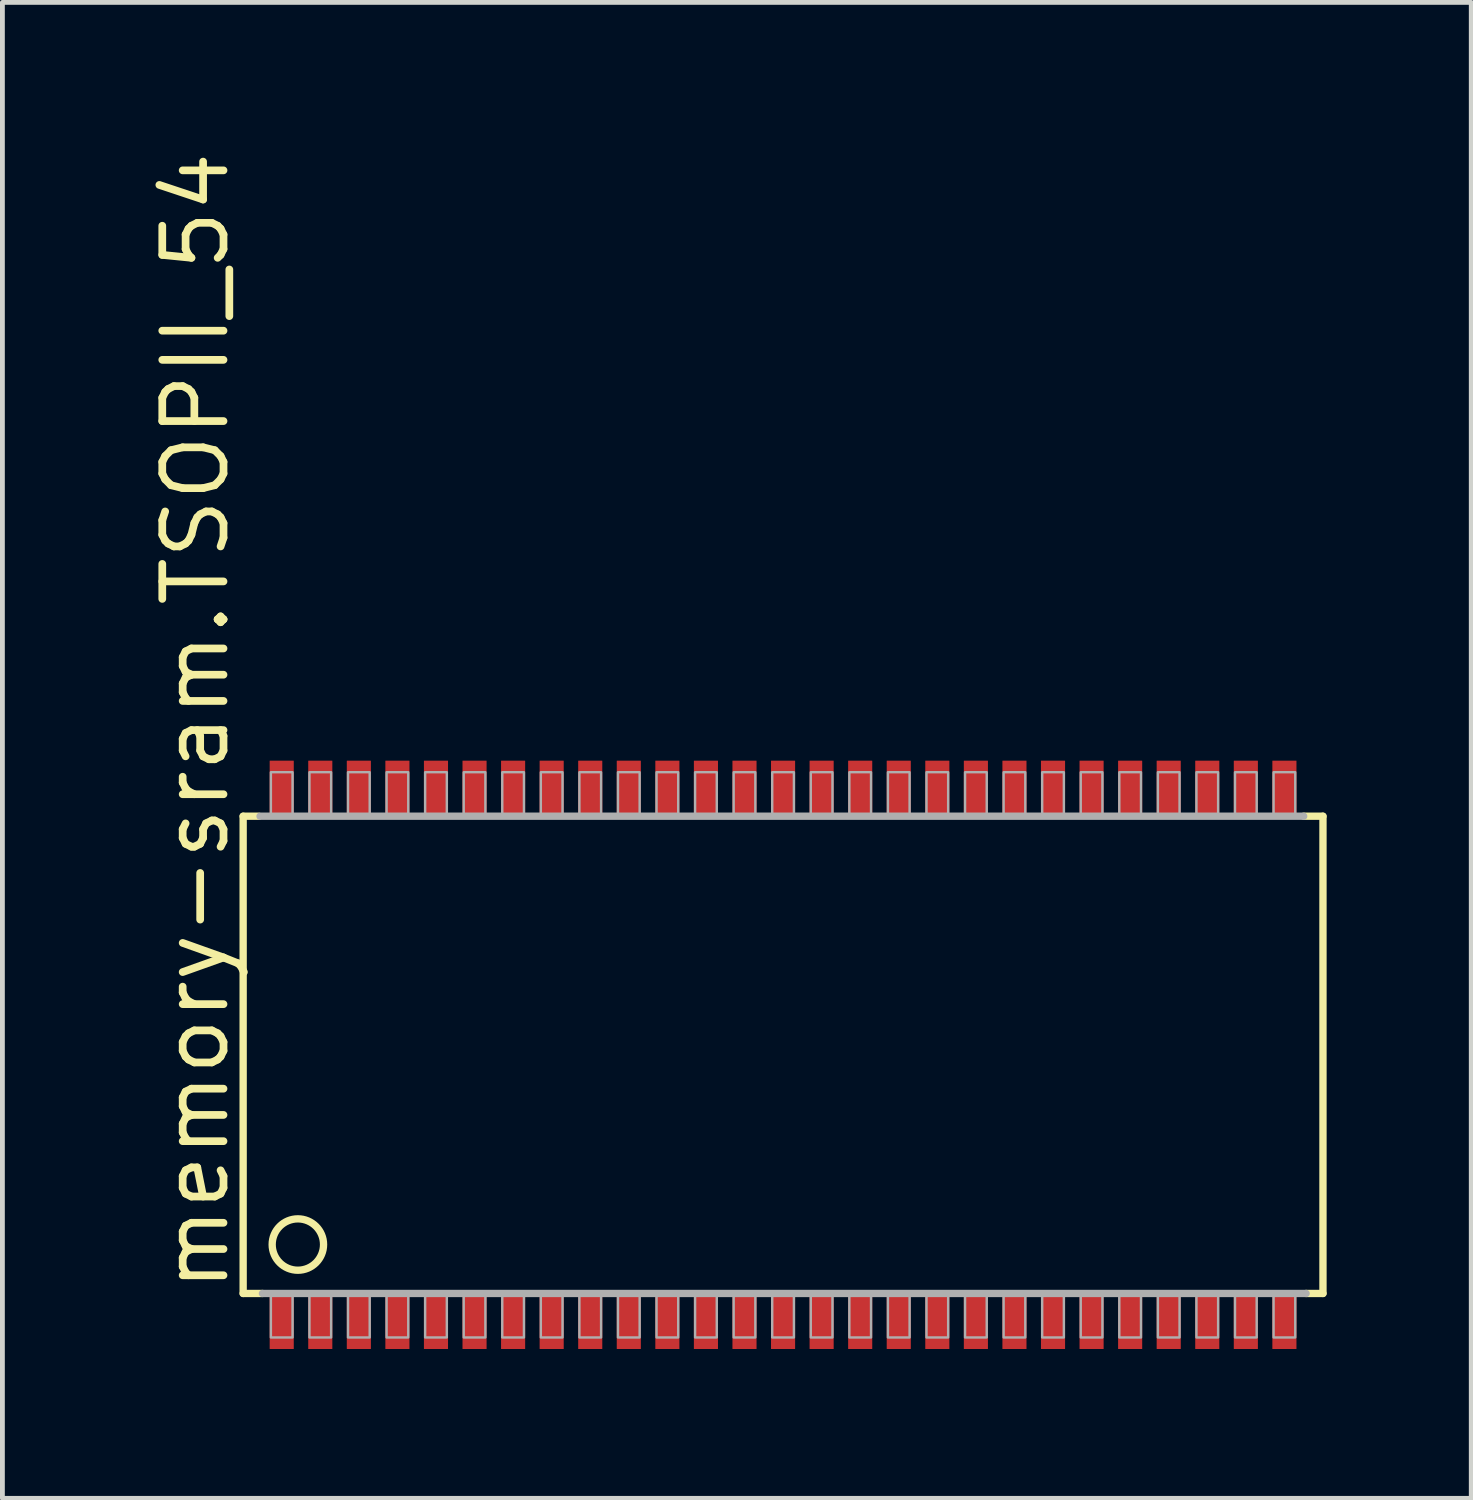
<source format=kicad_pcb>
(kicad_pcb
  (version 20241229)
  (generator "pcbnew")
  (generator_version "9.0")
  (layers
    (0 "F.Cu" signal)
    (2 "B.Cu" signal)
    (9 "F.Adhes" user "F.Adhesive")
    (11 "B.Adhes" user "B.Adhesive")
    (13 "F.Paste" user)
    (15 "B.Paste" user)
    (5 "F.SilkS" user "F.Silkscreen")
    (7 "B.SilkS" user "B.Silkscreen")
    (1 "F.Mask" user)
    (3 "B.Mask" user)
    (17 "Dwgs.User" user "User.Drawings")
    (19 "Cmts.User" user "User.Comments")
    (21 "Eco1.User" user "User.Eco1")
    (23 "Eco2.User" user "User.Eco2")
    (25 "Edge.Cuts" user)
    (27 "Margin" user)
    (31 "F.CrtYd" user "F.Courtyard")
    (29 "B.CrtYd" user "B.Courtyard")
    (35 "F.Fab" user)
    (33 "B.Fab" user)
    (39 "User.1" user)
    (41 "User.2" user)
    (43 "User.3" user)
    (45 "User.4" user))
  (footprint "memory-sram.TSOPII_54"
    (layer "F.Cu")
    (at 13.194 18.832)
    (property "Reference" "memory-sram.TSOPII_54" (at -11.444 4.98 90) (layer "F.SilkS") (effects (font (size 1.27 1.27) (thickness 0.16)) (justify left bottom)))
    (attr smd)
    (fp_rect (start -10.725 -4.85) (end -10.075 -6.175) (stroke (width 0.05) (type default)) (fill yes) (layer "F.Mask"))
    (fp_rect (start -10.725 6.175) (end -10.075 4.85) (stroke (width 0.05) (type default)) (fill yes) (layer "F.Mask"))
    (fp_rect (start -9.925 -4.85) (end -9.275 -6.175) (stroke (width 0.05) (type default)) (fill yes) (layer "F.Mask"))
    (fp_rect (start -9.925 6.175) (end -9.275 4.85) (stroke (width 0.05) (type default)) (fill yes) (layer "F.Mask"))
    (fp_rect (start -9.125 -4.85) (end -8.475 -6.175) (stroke (width 0.05) (type default)) (fill yes) (layer "F.Mask"))
    (fp_rect (start -9.125 6.175) (end -8.475 4.85) (stroke (width 0.05) (type default)) (fill yes) (layer "F.Mask"))
    (fp_rect (start -8.325 -4.85) (end -7.675 -6.175) (stroke (width 0.05) (type default)) (fill yes) (layer "F.Mask"))
    (fp_rect (start -8.325 6.175) (end -7.675 4.85) (stroke (width 0.05) (type default)) (fill yes) (layer "F.Mask"))
    (fp_rect (start -7.525 -4.85) (end -6.875 -6.175) (stroke (width 0.05) (type default)) (fill yes) (layer "F.Mask"))
    (fp_rect (start -7.525 6.175) (end -6.875 4.85) (stroke (width 0.05) (type default)) (fill yes) (layer "F.Mask"))
    (fp_rect (start -6.725 -4.85) (end -6.075 -6.175) (stroke (width 0.05) (type default)) (fill yes) (layer "F.Mask"))
    (fp_rect (start -6.725 6.175) (end -6.075 4.85) (stroke (width 0.05) (type default)) (fill yes) (layer "F.Mask"))
    (fp_rect (start -5.925 -4.85) (end -5.275 -6.175) (stroke (width 0.05) (type default)) (fill yes) (layer "F.Mask"))
    (fp_rect (start -5.925 6.175) (end -5.275 4.85) (stroke (width 0.05) (type default)) (fill yes) (layer "F.Mask"))
    (fp_rect (start -5.125 -4.85) (end -4.475 -6.175) (stroke (width 0.05) (type default)) (fill yes) (layer "F.Mask"))
    (fp_rect (start -5.125 6.175) (end -4.475 4.85) (stroke (width 0.05) (type default)) (fill yes) (layer "F.Mask"))
    (fp_rect (start -4.325 -4.85) (end -3.675 -6.175) (stroke (width 0.05) (type default)) (fill yes) (layer "F.Mask"))
    (fp_rect (start -4.325 6.175) (end -3.675 4.85) (stroke (width 0.05) (type default)) (fill yes) (layer "F.Mask"))
    (fp_rect (start -3.525 -4.85) (end -2.875 -6.175) (stroke (width 0.05) (type default)) (fill yes) (layer "F.Mask"))
    (fp_rect (start -3.525 6.175) (end -2.875 4.85) (stroke (width 0.05) (type default)) (fill yes) (layer "F.Mask"))
    (fp_rect (start -2.725 -4.85) (end -2.075 -6.175) (stroke (width 0.05) (type default)) (fill yes) (layer "F.Mask"))
    (fp_rect (start -2.725 6.175) (end -2.075 4.85) (stroke (width 0.05) (type default)) (fill yes) (layer "F.Mask"))
    (fp_rect (start -1.925 -4.85) (end -1.275 -6.175) (stroke (width 0.05) (type default)) (fill yes) (layer "F.Mask"))
    (fp_rect (start -1.925 6.175) (end -1.275 4.85) (stroke (width 0.05) (type default)) (fill yes) (layer "F.Mask"))
    (fp_rect (start -1.125 -4.85) (end -0.475 -6.175) (stroke (width 0.05) (type default)) (fill yes) (layer "F.Mask"))
    (fp_rect (start -1.125 6.175) (end -0.475 4.85) (stroke (width 0.05) (type default)) (fill yes) (layer "F.Mask"))
    (fp_rect (start -0.325 -4.85) (end 0.325 -6.175) (stroke (width 0.05) (type default)) (fill yes) (layer "F.Mask"))
    (fp_rect (start -0.325 6.175) (end 0.325 4.85) (stroke (width 0.05) (type default)) (fill yes) (layer "F.Mask"))
    (fp_rect (start 0.475 -4.85) (end 1.125 -6.175) (stroke (width 0.05) (type default)) (fill yes) (layer "F.Mask"))
    (fp_rect (start 0.475 6.175) (end 1.125 4.85) (stroke (width 0.05) (type default)) (fill yes) (layer "F.Mask"))
    (fp_rect (start 1.275 -4.85) (end 1.925 -6.175) (stroke (width 0.05) (type default)) (fill yes) (layer "F.Mask"))
    (fp_rect (start 1.275 6.175) (end 1.925 4.85) (stroke (width 0.05) (type default)) (fill yes) (layer "F.Mask"))
    (fp_rect (start 2.075 -4.85) (end 2.725 -6.175) (stroke (width 0.05) (type default)) (fill yes) (layer "F.Mask"))
    (fp_rect (start 2.075 6.175) (end 2.725 4.85) (stroke (width 0.05) (type default)) (fill yes) (layer "F.Mask"))
    (fp_rect (start 2.875 -4.85) (end 3.525 -6.175) (stroke (width 0.05) (type default)) (fill yes) (layer "F.Mask"))
    (fp_rect (start 2.875 6.175) (end 3.525 4.85) (stroke (width 0.05) (type default)) (fill yes) (layer "F.Mask"))
    (fp_rect (start 3.675 -4.85) (end 4.325 -6.175) (stroke (width 0.05) (type default)) (fill yes) (layer "F.Mask"))
    (fp_rect (start 3.675 6.175) (end 4.325 4.85) (stroke (width 0.05) (type default)) (fill yes) (layer "F.Mask"))
    (fp_rect (start 4.475 -4.85) (end 5.125 -6.175) (stroke (width 0.05) (type default)) (fill yes) (layer "F.Mask"))
    (fp_rect (start 4.475 6.175) (end 5.125 4.85) (stroke (width 0.05) (type default)) (fill yes) (layer "F.Mask"))
    (fp_rect (start 5.275 -4.85) (end 5.925 -6.175) (stroke (width 0.05) (type default)) (fill yes) (layer "F.Mask"))
    (fp_rect (start 5.275 6.175) (end 5.925 4.85) (stroke (width 0.05) (type default)) (fill yes) (layer "F.Mask"))
    (fp_rect (start 6.075 -4.85) (end 6.725 -6.175) (stroke (width 0.05) (type default)) (fill yes) (layer "F.Mask"))
    (fp_rect (start 6.075 6.175) (end 6.725 4.85) (stroke (width 0.05) (type default)) (fill yes) (layer "F.Mask"))
    (fp_rect (start 6.875 -4.85) (end 7.525 -6.175) (stroke (width 0.05) (type default)) (fill yes) (layer "F.Mask"))
    (fp_rect (start 6.875 6.175) (end 7.525 4.85) (stroke (width 0.05) (type default)) (fill yes) (layer "F.Mask"))
    (fp_rect (start 7.675 -4.85) (end 8.325 -6.175) (stroke (width 0.05) (type default)) (fill yes) (layer "F.Mask"))
    (fp_rect (start 7.675 6.175) (end 8.325 4.85) (stroke (width 0.05) (type default)) (fill yes) (layer "F.Mask"))
    (fp_rect (start 8.475 -4.85) (end 9.125 -6.175) (stroke (width 0.05) (type default)) (fill yes) (layer "F.Mask"))
    (fp_rect (start 8.475 6.175) (end 9.125 4.85) (stroke (width 0.05) (type default)) (fill yes) (layer "F.Mask"))
    (fp_rect (start 9.275 -4.85) (end 9.925 -6.175) (stroke (width 0.05) (type default)) (fill yes) (layer "F.Mask"))
    (fp_rect (start 9.275 6.175) (end 9.925 4.85) (stroke (width 0.05) (type default)) (fill yes) (layer "F.Mask"))
    (fp_rect (start 10.075 -4.85) (end 10.725 -6.175) (stroke (width 0.05) (type default)) (fill yes) (layer "F.Mask"))
    (fp_rect (start 10.075 6.175) (end 10.725 4.85) (stroke (width 0.05) (type default)) (fill yes) (layer "F.Mask"))
    (fp_line (start -11.2 -4.95) (end -11.2 4.95) (stroke (width 0.152) (type default)) (layer "F.SilkS"))
    (fp_line (start -11.2 -4.95) (end -10.875 -4.95) (stroke (width 0.152) (type default)) (layer "F.SilkS"))
    (fp_line (start -11.2 4.95) (end -10.8 4.95) (stroke (width 0.152) (type default)) (layer "F.SilkS"))
    (fp_line (start 11.2 -4.95) (end 10.8 -4.95) (stroke (width 0.152) (type default)) (layer "F.SilkS"))
    (fp_line (start 11.2 4.95) (end 10.85 4.95) (stroke (width 0.152) (type default)) (layer "F.SilkS"))
    (fp_line (start 11.2 4.95) (end 11.2 -4.95) (stroke (width 0.152) (type default)) (layer "F.SilkS"))
    (fp_circle (center -10.065 3.935) (end -9.532 3.935) (stroke (width 0.152) (type default)) (fill no) (layer "F.SilkS"))
    (fp_rect (start -10.625 -4.925) (end -10.175 -6.05) (stroke (width 0.05) (type default)) (fill yes) (layer "F.Paste"))
    (fp_rect (start -10.625 6.05) (end -10.175 4.925) (stroke (width 0.05) (type default)) (fill yes) (layer "F.Paste"))
    (fp_rect (start -9.825 -4.925) (end -9.375 -6.05) (stroke (width 0.05) (type default)) (fill yes) (layer "F.Paste"))
    (fp_rect (start -9.825 6.05) (end -9.375 4.925) (stroke (width 0.05) (type default)) (fill yes) (layer "F.Paste"))
    (fp_rect (start -9.025 -4.925) (end -8.575 -6.05) (stroke (width 0.05) (type default)) (fill yes) (layer "F.Paste"))
    (fp_rect (start -9.025 6.05) (end -8.575 4.925) (stroke (width 0.05) (type default)) (fill yes) (layer "F.Paste"))
    (fp_rect (start -8.225 -4.925) (end -7.775 -6.05) (stroke (width 0.05) (type default)) (fill yes) (layer "F.Paste"))
    (fp_rect (start -8.225 6.05) (end -7.775 4.925) (stroke (width 0.05) (type default)) (fill yes) (layer "F.Paste"))
    (fp_rect (start -7.425 -4.925) (end -6.975 -6.05) (stroke (width 0.05) (type default)) (fill yes) (layer "F.Paste"))
    (fp_rect (start -7.425 6.05) (end -6.975 4.925) (stroke (width 0.05) (type default)) (fill yes) (layer "F.Paste"))
    (fp_rect (start -6.625 -4.925) (end -6.175 -6.05) (stroke (width 0.05) (type default)) (fill yes) (layer "F.Paste"))
    (fp_rect (start -6.625 6.05) (end -6.175 4.925) (stroke (width 0.05) (type default)) (fill yes) (layer "F.Paste"))
    (fp_rect (start -5.825 -4.925) (end -5.375 -6.05) (stroke (width 0.05) (type default)) (fill yes) (layer "F.Paste"))
    (fp_rect (start -5.825 6.05) (end -5.375 4.925) (stroke (width 0.05) (type default)) (fill yes) (layer "F.Paste"))
    (fp_rect (start -5.025 -4.925) (end -4.575 -6.05) (stroke (width 0.05) (type default)) (fill yes) (layer "F.Paste"))
    (fp_rect (start -5.025 6.05) (end -4.575 4.925) (stroke (width 0.05) (type default)) (fill yes) (layer "F.Paste"))
    (fp_rect (start -4.225 -4.925) (end -3.775 -6.05) (stroke (width 0.05) (type default)) (fill yes) (layer "F.Paste"))
    (fp_rect (start -4.225 6.05) (end -3.775 4.925) (stroke (width 0.05) (type default)) (fill yes) (layer "F.Paste"))
    (fp_rect (start -3.425 -4.925) (end -2.975 -6.05) (stroke (width 0.05) (type default)) (fill yes) (layer "F.Paste"))
    (fp_rect (start -3.425 6.05) (end -2.975 4.925) (stroke (width 0.05) (type default)) (fill yes) (layer "F.Paste"))
    (fp_rect (start -2.625 -4.925) (end -2.175 -6.05) (stroke (width 0.05) (type default)) (fill yes) (layer "F.Paste"))
    (fp_rect (start -2.625 6.05) (end -2.175 4.925) (stroke (width 0.05) (type default)) (fill yes) (layer "F.Paste"))
    (fp_rect (start -1.825 -4.925) (end -1.375 -6.05) (stroke (width 0.05) (type default)) (fill yes) (layer "F.Paste"))
    (fp_rect (start -1.825 6.05) (end -1.375 4.925) (stroke (width 0.05) (type default)) (fill yes) (layer "F.Paste"))
    (fp_rect (start -1.025 -4.925) (end -0.575 -6.05) (stroke (width 0.05) (type default)) (fill yes) (layer "F.Paste"))
    (fp_rect (start -1.025 6.05) (end -0.575 4.925) (stroke (width 0.05) (type default)) (fill yes) (layer "F.Paste"))
    (fp_rect (start -0.225 -4.925) (end 0.225 -6.05) (stroke (width 0.05) (type default)) (fill yes) (layer "F.Paste"))
    (fp_rect (start -0.225 6.05) (end 0.225 4.925) (stroke (width 0.05) (type default)) (fill yes) (layer "F.Paste"))
    (fp_rect (start 0.575 -4.925) (end 1.025 -6.05) (stroke (width 0.05) (type default)) (fill yes) (layer "F.Paste"))
    (fp_rect (start 0.575 6.05) (end 1.025 4.925) (stroke (width 0.05) (type default)) (fill yes) (layer "F.Paste"))
    (fp_rect (start 1.375 -4.925) (end 1.825 -6.05) (stroke (width 0.05) (type default)) (fill yes) (layer "F.Paste"))
    (fp_rect (start 1.375 6.05) (end 1.825 4.925) (stroke (width 0.05) (type default)) (fill yes) (layer "F.Paste"))
    (fp_rect (start 2.175 -4.925) (end 2.625 -6.05) (stroke (width 0.05) (type default)) (fill yes) (layer "F.Paste"))
    (fp_rect (start 2.175 6.05) (end 2.625 4.925) (stroke (width 0.05) (type default)) (fill yes) (layer "F.Paste"))
    (fp_rect (start 2.975 -4.925) (end 3.425 -6.05) (stroke (width 0.05) (type default)) (fill yes) (layer "F.Paste"))
    (fp_rect (start 2.975 6.05) (end 3.425 4.925) (stroke (width 0.05) (type default)) (fill yes) (layer "F.Paste"))
    (fp_rect (start 3.775 -4.925) (end 4.225 -6.05) (stroke (width 0.05) (type default)) (fill yes) (layer "F.Paste"))
    (fp_rect (start 3.775 6.05) (end 4.225 4.925) (stroke (width 0.05) (type default)) (fill yes) (layer "F.Paste"))
    (fp_rect (start 4.575 -4.925) (end 5.025 -6.05) (stroke (width 0.05) (type default)) (fill yes) (layer "F.Paste"))
    (fp_rect (start 4.575 6.05) (end 5.025 4.925) (stroke (width 0.05) (type default)) (fill yes) (layer "F.Paste"))
    (fp_rect (start 5.375 -4.925) (end 5.825 -6.05) (stroke (width 0.05) (type default)) (fill yes) (layer "F.Paste"))
    (fp_rect (start 5.375 6.05) (end 5.825 4.925) (stroke (width 0.05) (type default)) (fill yes) (layer "F.Paste"))
    (fp_rect (start 6.175 -4.925) (end 6.625 -6.05) (stroke (width 0.05) (type default)) (fill yes) (layer "F.Paste"))
    (fp_rect (start 6.175 6.05) (end 6.625 4.925) (stroke (width 0.05) (type default)) (fill yes) (layer "F.Paste"))
    (fp_rect (start 6.975 -4.925) (end 7.425 -6.05) (stroke (width 0.05) (type default)) (fill yes) (layer "F.Paste"))
    (fp_rect (start 6.975 6.05) (end 7.425 4.925) (stroke (width 0.05) (type default)) (fill yes) (layer "F.Paste"))
    (fp_rect (start 7.775 -4.925) (end 8.225 -6.05) (stroke (width 0.05) (type default)) (fill yes) (layer "F.Paste"))
    (fp_rect (start 7.775 6.05) (end 8.225 4.925) (stroke (width 0.05) (type default)) (fill yes) (layer "F.Paste"))
    (fp_rect (start 8.575 -4.925) (end 9.025 -6.05) (stroke (width 0.05) (type default)) (fill yes) (layer "F.Paste"))
    (fp_rect (start 8.575 6.05) (end 9.025 4.925) (stroke (width 0.05) (type default)) (fill yes) (layer "F.Paste"))
    (fp_rect (start 9.375 -4.925) (end 9.825 -6.05) (stroke (width 0.05) (type default)) (fill yes) (layer "F.Paste"))
    (fp_rect (start 9.375 6.05) (end 9.825 4.925) (stroke (width 0.05) (type default)) (fill yes) (layer "F.Paste"))
    (fp_rect (start 10.175 -4.925) (end 10.625 -6.05) (stroke (width 0.05) (type default)) (fill yes) (layer "F.Paste"))
    (fp_rect (start 10.175 6.05) (end 10.625 4.925) (stroke (width 0.05) (type default)) (fill yes) (layer "F.Paste"))
    (fp_line (start -10.8 4.95) (end 10.85 4.95) (stroke (width 0.152) (type default)) (layer "F.Fab"))
    (fp_line (start 10.8 -4.95) (end -10.85 -4.95) (stroke (width 0.152) (type default)) (layer "F.Fab"))
    (fp_rect (start -10.625 -4.975) (end -10.175 -5.863) (stroke (width 0.05) (type default)) (fill no) (layer "F.Fab"))
    (fp_rect (start -10.625 5.863) (end -10.175 4.975) (stroke (width 0.05) (type default)) (fill no) (layer "F.Fab"))
    (fp_rect (start -9.825 -4.975) (end -9.375 -5.863) (stroke (width 0.05) (type default)) (fill no) (layer "F.Fab"))
    (fp_rect (start -9.825 5.863) (end -9.375 4.975) (stroke (width 0.05) (type default)) (fill no) (layer "F.Fab"))
    (fp_rect (start -9.025 -4.975) (end -8.575 -5.863) (stroke (width 0.05) (type default)) (fill no) (layer "F.Fab"))
    (fp_rect (start -9.025 5.863) (end -8.575 4.975) (stroke (width 0.05) (type default)) (fill no) (layer "F.Fab"))
    (fp_rect (start -8.225 -4.975) (end -7.775 -5.863) (stroke (width 0.05) (type default)) (fill no) (layer "F.Fab"))
    (fp_rect (start -8.225 5.863) (end -7.775 4.975) (stroke (width 0.05) (type default)) (fill no) (layer "F.Fab"))
    (fp_rect (start -7.425 -4.975) (end -6.975 -5.863) (stroke (width 0.05) (type default)) (fill no) (layer "F.Fab"))
    (fp_rect (start -7.425 5.863) (end -6.975 4.975) (stroke (width 0.05) (type default)) (fill no) (layer "F.Fab"))
    (fp_rect (start -6.625 -4.975) (end -6.175 -5.863) (stroke (width 0.05) (type default)) (fill no) (layer "F.Fab"))
    (fp_rect (start -6.625 5.863) (end -6.175 4.975) (stroke (width 0.05) (type default)) (fill no) (layer "F.Fab"))
    (fp_rect (start -5.825 -4.975) (end -5.375 -5.863) (stroke (width 0.05) (type default)) (fill no) (layer "F.Fab"))
    (fp_rect (start -5.825 5.863) (end -5.375 4.975) (stroke (width 0.05) (type default)) (fill no) (layer "F.Fab"))
    (fp_rect (start -5.025 -4.975) (end -4.575 -5.863) (stroke (width 0.05) (type default)) (fill no) (layer "F.Fab"))
    (fp_rect (start -5.025 5.863) (end -4.575 4.975) (stroke (width 0.05) (type default)) (fill no) (layer "F.Fab"))
    (fp_rect (start -4.225 -4.975) (end -3.775 -5.863) (stroke (width 0.05) (type default)) (fill no) (layer "F.Fab"))
    (fp_rect (start -4.225 5.863) (end -3.775 4.975) (stroke (width 0.05) (type default)) (fill no) (layer "F.Fab"))
    (fp_rect (start -3.425 -4.975) (end -2.975 -5.863) (stroke (width 0.05) (type default)) (fill no) (layer "F.Fab"))
    (fp_rect (start -3.425 5.863) (end -2.975 4.975) (stroke (width 0.05) (type default)) (fill no) (layer "F.Fab"))
    (fp_rect (start -2.625 -4.975) (end -2.175 -5.863) (stroke (width 0.05) (type default)) (fill no) (layer "F.Fab"))
    (fp_rect (start -2.625 5.863) (end -2.175 4.975) (stroke (width 0.05) (type default)) (fill no) (layer "F.Fab"))
    (fp_rect (start -1.825 -4.975) (end -1.375 -5.863) (stroke (width 0.05) (type default)) (fill no) (layer "F.Fab"))
    (fp_rect (start -1.825 5.863) (end -1.375 4.975) (stroke (width 0.05) (type default)) (fill no) (layer "F.Fab"))
    (fp_rect (start -1.025 -4.975) (end -0.575 -5.863) (stroke (width 0.05) (type default)) (fill no) (layer "F.Fab"))
    (fp_rect (start -1.025 5.863) (end -0.575 4.975) (stroke (width 0.05) (type default)) (fill no) (layer "F.Fab"))
    (fp_rect (start -0.225 -4.975) (end 0.225 -5.863) (stroke (width 0.05) (type default)) (fill no) (layer "F.Fab"))
    (fp_rect (start -0.225 5.863) (end 0.225 4.975) (stroke (width 0.05) (type default)) (fill no) (layer "F.Fab"))
    (fp_rect (start 0.575 -4.975) (end 1.025 -5.863) (stroke (width 0.05) (type default)) (fill no) (layer "F.Fab"))
    (fp_rect (start 0.575 5.863) (end 1.025 4.975) (stroke (width 0.05) (type default)) (fill no) (layer "F.Fab"))
    (fp_rect (start 1.375 -4.975) (end 1.825 -5.863) (stroke (width 0.05) (type default)) (fill no) (layer "F.Fab"))
    (fp_rect (start 1.375 5.863) (end 1.825 4.975) (stroke (width 0.05) (type default)) (fill no) (layer "F.Fab"))
    (fp_rect (start 2.175 -4.975) (end 2.625 -5.863) (stroke (width 0.05) (type default)) (fill no) (layer "F.Fab"))
    (fp_rect (start 2.175 5.863) (end 2.625 4.975) (stroke (width 0.05) (type default)) (fill no) (layer "F.Fab"))
    (fp_rect (start 2.975 -4.975) (end 3.425 -5.863) (stroke (width 0.05) (type default)) (fill no) (layer "F.Fab"))
    (fp_rect (start 2.975 5.863) (end 3.425 4.975) (stroke (width 0.05) (type default)) (fill no) (layer "F.Fab"))
    (fp_rect (start 3.775 -4.975) (end 4.225 -5.863) (stroke (width 0.05) (type default)) (fill no) (layer "F.Fab"))
    (fp_rect (start 3.775 5.863) (end 4.225 4.975) (stroke (width 0.05) (type default)) (fill no) (layer "F.Fab"))
    (fp_rect (start 4.575 -4.975) (end 5.025 -5.863) (stroke (width 0.05) (type default)) (fill no) (layer "F.Fab"))
    (fp_rect (start 4.575 5.863) (end 5.025 4.975) (stroke (width 0.05) (type default)) (fill no) (layer "F.Fab"))
    (fp_rect (start 5.375 -4.975) (end 5.825 -5.863) (stroke (width 0.05) (type default)) (fill no) (layer "F.Fab"))
    (fp_rect (start 5.375 5.863) (end 5.825 4.975) (stroke (width 0.05) (type default)) (fill no) (layer "F.Fab"))
    (fp_rect (start 6.175 -4.975) (end 6.625 -5.863) (stroke (width 0.05) (type default)) (fill no) (layer "F.Fab"))
    (fp_rect (start 6.175 5.863) (end 6.625 4.975) (stroke (width 0.05) (type default)) (fill no) (layer "F.Fab"))
    (fp_rect (start 6.975 -4.975) (end 7.425 -5.863) (stroke (width 0.05) (type default)) (fill no) (layer "F.Fab"))
    (fp_rect (start 6.975 5.863) (end 7.425 4.975) (stroke (width 0.05) (type default)) (fill no) (layer "F.Fab"))
    (fp_rect (start 7.775 -4.975) (end 8.225 -5.863) (stroke (width 0.05) (type default)) (fill no) (layer "F.Fab"))
    (fp_rect (start 7.775 5.863) (end 8.225 4.975) (stroke (width 0.05) (type default)) (fill no) (layer "F.Fab"))
    (fp_rect (start 8.575 -4.975) (end 9.025 -5.863) (stroke (width 0.05) (type default)) (fill no) (layer "F.Fab"))
    (fp_rect (start 8.575 5.863) (end 9.025 4.975) (stroke (width 0.05) (type default)) (fill no) (layer "F.Fab"))
    (fp_rect (start 9.375 -4.975) (end 9.825 -5.863) (stroke (width 0.05) (type default)) (fill no) (layer "F.Fab"))
    (fp_rect (start 9.375 5.863) (end 9.825 4.975) (stroke (width 0.05) (type default)) (fill no) (layer "F.Fab"))
    (fp_rect (start 10.175 -4.975) (end 10.625 -5.863) (stroke (width 0.05) (type default)) (fill no) (layer "F.Fab"))
    (fp_rect (start 10.175 5.863) (end 10.625 4.975) (stroke (width 0.05) (type default)) (fill no) (layer "F.Fab"))
    (pad "1" smd roundrect (at -10.4 5.502) (size 0.5 1.2) (layers "F.Cu" "F.Mask" "F.Paste") (roundrect_rratio 0.01))
    (pad "2" smd roundrect (at -9.6 5.502) (size 0.5 1.2) (layers "F.Cu" "F.Mask" "F.Paste") (roundrect_rratio 0.01))
    (pad "3" smd roundrect (at -8.8 5.502) (size 0.5 1.2) (layers "F.Cu" "F.Mask" "F.Paste") (roundrect_rratio 0.01))
    (pad "4" smd roundrect (at -8 5.502) (size 0.5 1.2) (layers "F.Cu" "F.Mask" "F.Paste") (roundrect_rratio 0.01))
    (pad "5" smd roundrect (at -7.2 5.502) (size 0.5 1.2) (layers "F.Cu" "F.Mask" "F.Paste") (roundrect_rratio 0.01))
    (pad "6" smd roundrect (at -6.4 5.502) (size 0.5 1.2) (layers "F.Cu" "F.Mask" "F.Paste") (roundrect_rratio 0.01))
    (pad "7" smd roundrect (at -5.6 5.502) (size 0.5 1.2) (layers "F.Cu" "F.Mask" "F.Paste") (roundrect_rratio 0.01))
    (pad "8" smd roundrect (at -4.8 5.502) (size 0.5 1.2) (layers "F.Cu" "F.Mask" "F.Paste") (roundrect_rratio 0.01))
    (pad "9" smd roundrect (at -4 5.502) (size 0.5 1.2) (layers "F.Cu" "F.Mask" "F.Paste") (roundrect_rratio 0.01))
    (pad "10" smd roundrect (at -3.2 5.502) (size 0.5 1.2) (layers "F.Cu" "F.Mask" "F.Paste") (roundrect_rratio 0.01))
    (pad "11" smd roundrect (at -2.4 5.502) (size 0.5 1.2) (layers "F.Cu" "F.Mask" "F.Paste") (roundrect_rratio 0.01))
    (pad "12" smd roundrect (at -1.6 5.502) (size 0.5 1.2) (layers "F.Cu" "F.Mask" "F.Paste") (roundrect_rratio 0.01))
    (pad "13" smd roundrect (at -0.8 5.502) (size 0.5 1.2) (layers "F.Cu" "F.Mask" "F.Paste") (roundrect_rratio 0.01))
    (pad "14" smd roundrect (at 0 5.502) (size 0.5 1.2) (layers "F.Cu" "F.Mask" "F.Paste") (roundrect_rratio 0.01))
    (pad "15" smd roundrect (at 0.8 5.502) (size 0.5 1.2) (layers "F.Cu" "F.Mask" "F.Paste") (roundrect_rratio 0.01))
    (pad "16" smd roundrect (at 1.6 5.502) (size 0.5 1.2) (layers "F.Cu" "F.Mask" "F.Paste") (roundrect_rratio 0.01))
    (pad "17" smd roundrect (at 2.4 5.502) (size 0.5 1.2) (layers "F.Cu" "F.Mask" "F.Paste") (roundrect_rratio 0.01))
    (pad "18" smd roundrect (at 3.2 5.502) (size 0.5 1.2) (layers "F.Cu" "F.Mask" "F.Paste") (roundrect_rratio 0.01))
    (pad "19" smd roundrect (at 4 5.502) (size 0.5 1.2) (layers "F.Cu" "F.Mask" "F.Paste") (roundrect_rratio 0.01))
    (pad "20" smd roundrect (at 4.8 5.502) (size 0.5 1.2) (layers "F.Cu" "F.Mask" "F.Paste") (roundrect_rratio 0.01))
    (pad "21" smd roundrect (at 5.6 5.502) (size 0.5 1.2) (layers "F.Cu" "F.Mask" "F.Paste") (roundrect_rratio 0.01))
    (pad "22" smd roundrect (at 6.4 5.502) (size 0.5 1.2) (layers "F.Cu" "F.Mask" "F.Paste") (roundrect_rratio 0.01))
    (pad "23" smd roundrect (at 7.2 5.502) (size 0.5 1.2) (layers "F.Cu" "F.Mask" "F.Paste") (roundrect_rratio 0.01))
    (pad "24" smd roundrect (at 8 5.502) (size 0.5 1.2) (layers "F.Cu" "F.Mask" "F.Paste") (roundrect_rratio 0.01))
    (pad "25" smd roundrect (at 8.8 5.502) (size 0.5 1.2) (layers "F.Cu" "F.Mask" "F.Paste") (roundrect_rratio 0.01))
    (pad "26" smd roundrect (at 9.6 5.502) (size 0.5 1.2) (layers "F.Cu" "F.Mask" "F.Paste") (roundrect_rratio 0.01))
    (pad "27" smd roundrect (at 10.4 5.502) (size 0.5 1.2) (layers "F.Cu" "F.Mask" "F.Paste") (roundrect_rratio 0.01))
    (pad "28" smd roundrect (at 10.4 -5.502 180) (size 0.5 1.2) (layers "F.Cu" "F.Mask" "F.Paste") (roundrect_rratio 0.01))
    (pad "29" smd roundrect (at 9.6 -5.502 180) (size 0.5 1.2) (layers "F.Cu" "F.Mask" "F.Paste") (roundrect_rratio 0.01))
    (pad "30" smd roundrect (at 8.8 -5.502 180) (size 0.5 1.2) (layers "F.Cu" "F.Mask" "F.Paste") (roundrect_rratio 0.01))
    (pad "31" smd roundrect (at 8 -5.502 180) (size 0.5 1.2) (layers "F.Cu" "F.Mask" "F.Paste") (roundrect_rratio 0.01))
    (pad "32" smd roundrect (at 7.2 -5.502 180) (size 0.5 1.2) (layers "F.Cu" "F.Mask" "F.Paste") (roundrect_rratio 0.01))
    (pad "33" smd roundrect (at 6.4 -5.502 180) (size 0.5 1.2) (layers "F.Cu" "F.Mask" "F.Paste") (roundrect_rratio 0.01))
    (pad "34" smd roundrect (at 5.6 -5.502 180) (size 0.5 1.2) (layers "F.Cu" "F.Mask" "F.Paste") (roundrect_rratio 0.01))
    (pad "35" smd roundrect (at 4.8 -5.502 180) (size 0.5 1.2) (layers "F.Cu" "F.Mask" "F.Paste") (roundrect_rratio 0.01))
    (pad "36" smd roundrect (at 4 -5.502 180) (size 0.5 1.2) (layers "F.Cu" "F.Mask" "F.Paste") (roundrect_rratio 0.01))
    (pad "37" smd roundrect (at 3.2 -5.502 180) (size 0.5 1.2) (layers "F.Cu" "F.Mask" "F.Paste") (roundrect_rratio 0.01))
    (pad "38" smd roundrect (at 2.4 -5.502 180) (size 0.5 1.2) (layers "F.Cu" "F.Mask" "F.Paste") (roundrect_rratio 0.01))
    (pad "39" smd roundrect (at 1.6 -5.502 180) (size 0.5 1.2) (layers "F.Cu" "F.Mask" "F.Paste") (roundrect_rratio 0.01))
    (pad "40" smd roundrect (at 0.8 -5.502 180) (size 0.5 1.2) (layers "F.Cu" "F.Mask" "F.Paste") (roundrect_rratio 0.01))
    (pad "41" smd roundrect (at 0 -5.502 180) (size 0.5 1.2) (layers "F.Cu" "F.Mask" "F.Paste") (roundrect_rratio 0.01))
    (pad "42" smd roundrect (at -0.8 -5.502 180) (size 0.5 1.2) (layers "F.Cu" "F.Mask" "F.Paste") (roundrect_rratio 0.01))
    (pad "43" smd roundrect (at -1.6 -5.502 180) (size 0.5 1.2) (layers "F.Cu" "F.Mask" "F.Paste") (roundrect_rratio 0.01))
    (pad "44" smd roundrect (at -2.4 -5.502 180) (size 0.5 1.2) (layers "F.Cu" "F.Mask" "F.Paste") (roundrect_rratio 0.01))
    (pad "45" smd roundrect (at -3.2 -5.502 180) (size 0.5 1.2) (layers "F.Cu" "F.Mask" "F.Paste") (roundrect_rratio 0.01))
    (pad "46" smd roundrect (at -4 -5.502 180) (size 0.5 1.2) (layers "F.Cu" "F.Mask" "F.Paste") (roundrect_rratio 0.01))
    (pad "47" smd roundrect (at -4.8 -5.502 180) (size 0.5 1.2) (layers "F.Cu" "F.Mask" "F.Paste") (roundrect_rratio 0.01))
    (pad "48" smd roundrect (at -5.6 -5.502 180) (size 0.5 1.2) (layers "F.Cu" "F.Mask" "F.Paste") (roundrect_rratio 0.01))
    (pad "49" smd roundrect (at -6.4 -5.502 180) (size 0.5 1.2) (layers "F.Cu" "F.Mask" "F.Paste") (roundrect_rratio 0.01))
    (pad "50" smd roundrect (at -7.2 -5.502 180) (size 0.5 1.2) (layers "F.Cu" "F.Mask" "F.Paste") (roundrect_rratio 0.01))
    (pad "51" smd roundrect (at -8 -5.502 180) (size 0.5 1.2) (layers "F.Cu" "F.Mask" "F.Paste") (roundrect_rratio 0.01))
    (pad "52" smd roundrect (at -8.8 -5.502 180) (size 0.5 1.2) (layers "F.Cu" "F.Mask" "F.Paste") (roundrect_rratio 0.01))
    (pad "53" smd roundrect (at -9.6 -5.502 180) (size 0.5 1.2) (layers "F.Cu" "F.Mask" "F.Paste") (roundrect_rratio 0.01))
    (pad "54" smd roundrect (at -10.4 -5.502 180) (size 0.5 1.2) (layers "F.Cu" "F.Mask" "F.Paste") (roundrect_rratio 0.01)))
  (gr_rect
    (start -3 -3)
    (end 27.47 28.032)
    (stroke (width 0.1) (type default))
    (fill no)
    (layer "Edge.Cuts")))
</source>
